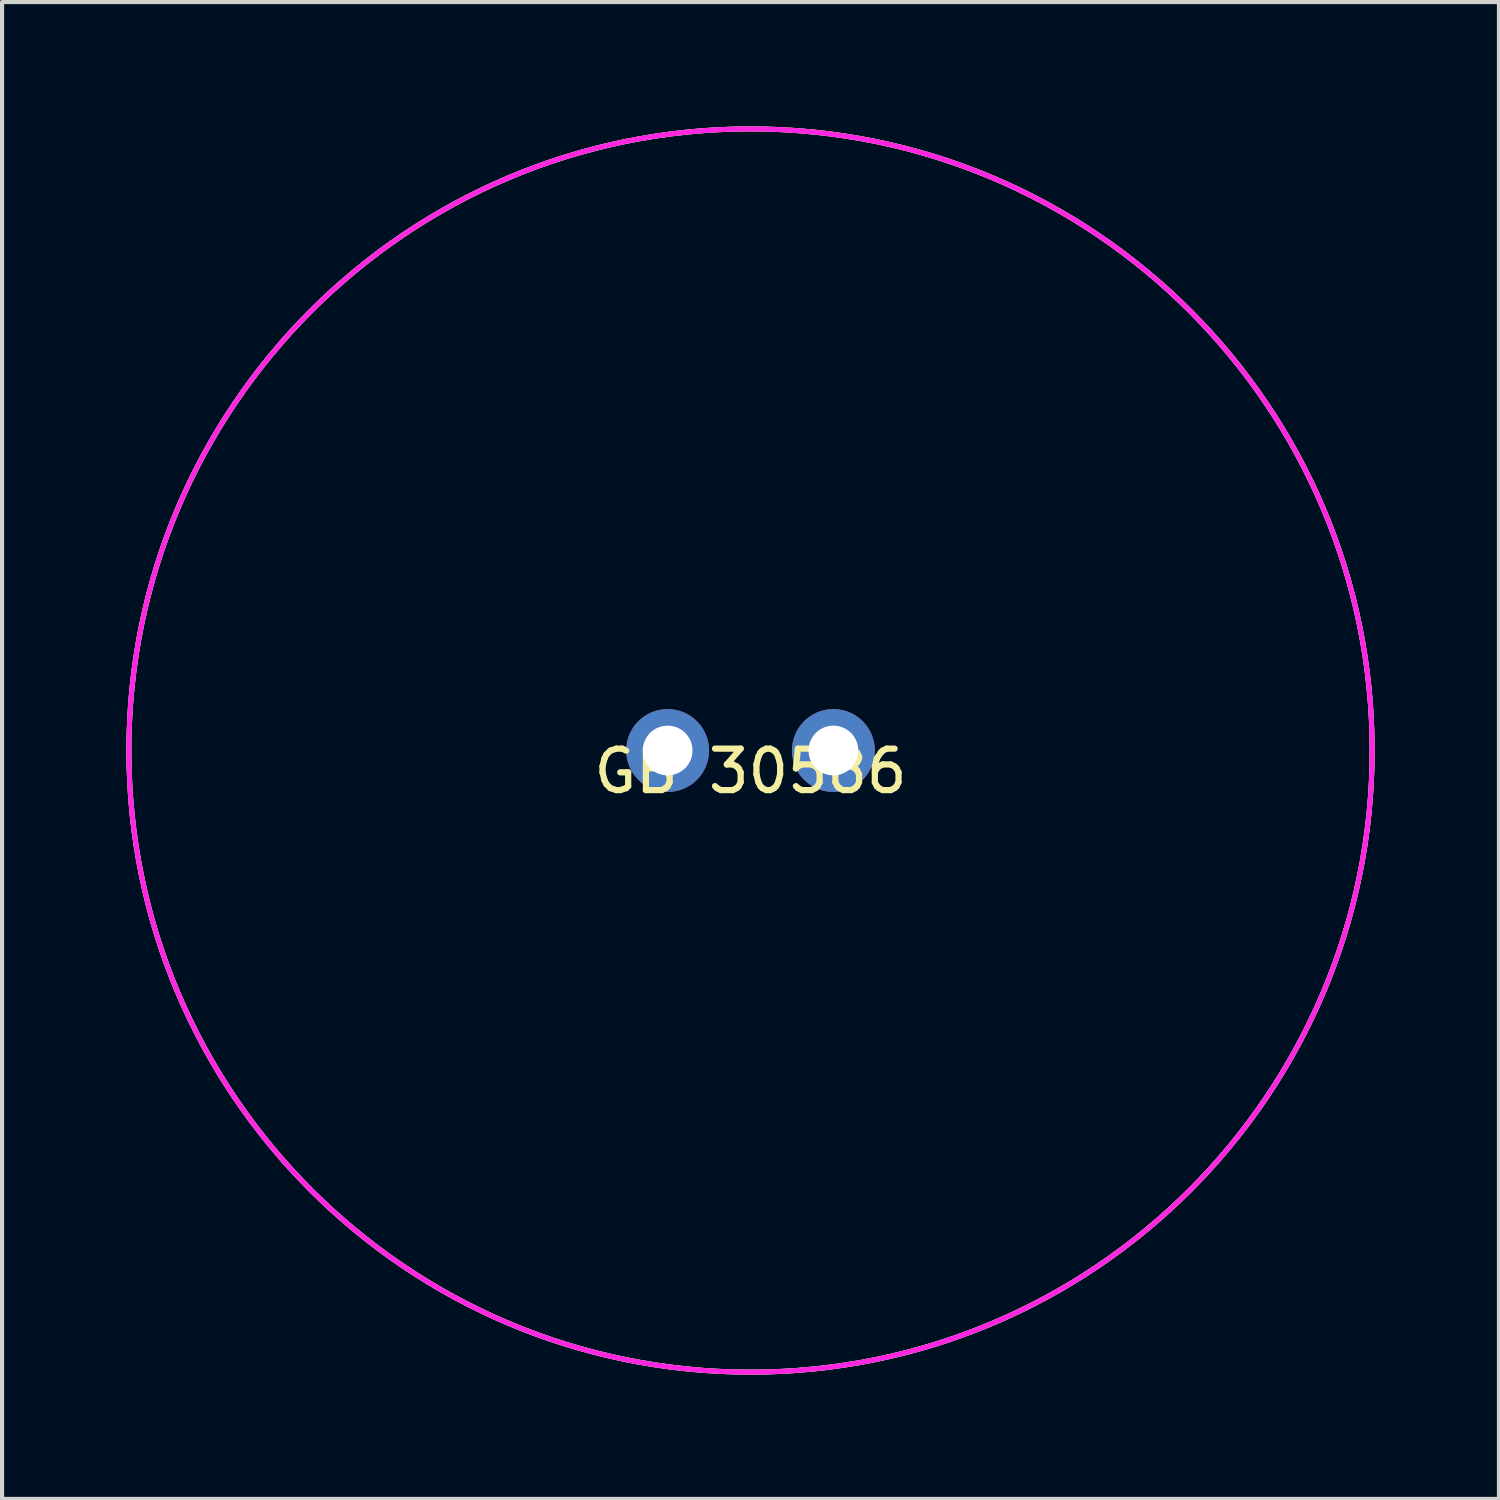
<source format=kicad_pcb>
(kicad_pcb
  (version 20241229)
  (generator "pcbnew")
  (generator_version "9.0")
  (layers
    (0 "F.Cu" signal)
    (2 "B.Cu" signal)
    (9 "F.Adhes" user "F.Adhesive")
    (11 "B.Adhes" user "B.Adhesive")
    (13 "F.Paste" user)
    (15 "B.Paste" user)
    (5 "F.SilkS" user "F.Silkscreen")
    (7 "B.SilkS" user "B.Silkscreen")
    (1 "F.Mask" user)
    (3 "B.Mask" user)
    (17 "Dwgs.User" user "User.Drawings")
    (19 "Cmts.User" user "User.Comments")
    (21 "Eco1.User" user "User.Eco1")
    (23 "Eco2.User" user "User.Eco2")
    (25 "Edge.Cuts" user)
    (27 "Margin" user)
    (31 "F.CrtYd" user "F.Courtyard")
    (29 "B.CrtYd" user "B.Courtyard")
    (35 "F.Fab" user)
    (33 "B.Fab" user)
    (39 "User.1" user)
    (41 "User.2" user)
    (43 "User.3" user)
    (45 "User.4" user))
  (footprint "GB 30586"
    (layer "F.Cu")
    (at 15.06 15.06)
    (property "Reference" "GB 30586" (at 0 0.5 0) (layer "F.SilkS") (effects (font (size 1 1) (thickness 0.15))))
    (attr through_hole)
    (fp_circle (center 0 0) (end 15 0) (stroke (width 0.12) (type solid)) (fill no) (layer "F.SilkS"))
    (fp_circle (center 0 0) (end 15 0) (stroke (width 0.12) (type solid)) (fill no) (layer "F.CrtYd"))
    (fp_circle (center 0 0) (end 15 0) (stroke (width 0.12) (type solid)) (fill no) (layer "F.Fab"))
    (pad "1" thru_hole circle (at -2 0) (size 2 2) (drill 1.2) (layers "*.Cu" "*.Mask"))
    (pad "2" thru_hole circle (at 2 0) (size 2 2) (drill 1.2) (layers "*.Cu" "*.Mask")))
  (gr_rect
    (start -3 -3)
    (end 33.12 33.12)
    (stroke (width 0.1) (type default))
    (fill no)
    (layer "Edge.Cuts")))
</source>
